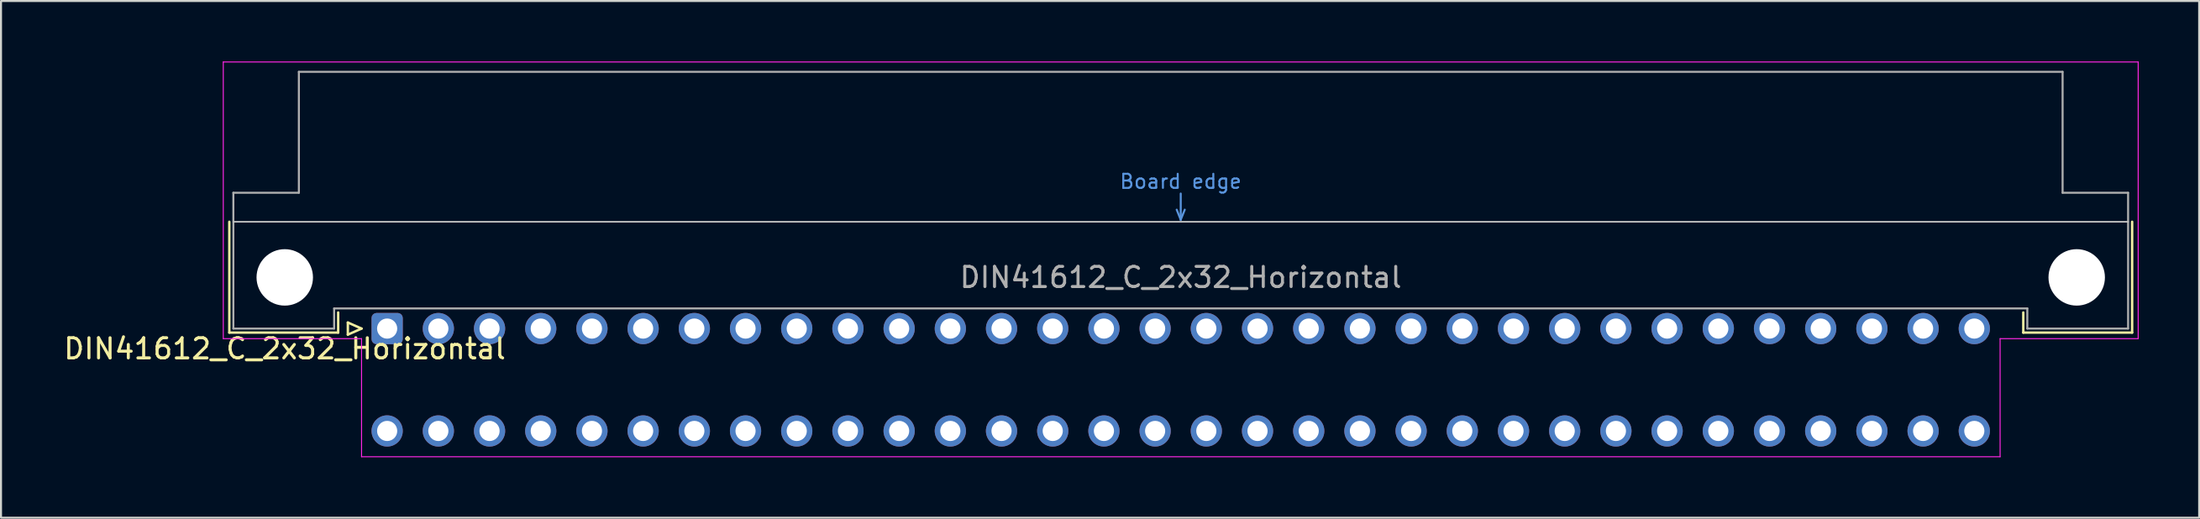
<source format=kicad_pcb>
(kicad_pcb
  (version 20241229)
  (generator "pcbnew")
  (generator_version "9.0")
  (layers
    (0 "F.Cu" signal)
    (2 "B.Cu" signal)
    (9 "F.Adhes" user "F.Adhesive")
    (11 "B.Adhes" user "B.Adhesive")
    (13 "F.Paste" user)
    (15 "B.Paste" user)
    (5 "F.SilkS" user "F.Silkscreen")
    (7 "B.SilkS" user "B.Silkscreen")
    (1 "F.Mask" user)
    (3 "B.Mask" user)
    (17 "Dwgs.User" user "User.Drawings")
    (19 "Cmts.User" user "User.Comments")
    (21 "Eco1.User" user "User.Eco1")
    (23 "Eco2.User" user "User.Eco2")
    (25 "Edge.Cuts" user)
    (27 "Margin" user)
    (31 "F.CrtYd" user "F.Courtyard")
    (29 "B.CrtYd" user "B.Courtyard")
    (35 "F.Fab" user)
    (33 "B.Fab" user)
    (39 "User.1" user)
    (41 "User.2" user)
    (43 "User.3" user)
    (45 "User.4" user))
  (footprint "DIN41612_C_2x32_Horizontal"
    (layer "F.Cu")
    (at 16.157 13.255)
    (property "Reference" "DIN41612_C_2x32_Horizontal" (at -5.08 1 0) (layer "F.SilkS") (effects (font (size 1 1) (thickness 0.15))))
    (attr through_hole)
    (fp_line (start -7.83 -5.3) (end -7.83 0.2) (stroke (width 0.12) (type solid)) (layer "F.SilkS"))
    (fp_line (start -7.83 0.2) (end -2.43 0.2) (stroke (width 0.12) (type solid)) (layer "F.SilkS"))
    (fp_line (start -2.43 0.2) (end -2.43 -0.8) (stroke (width 0.12) (type solid)) (layer "F.SilkS"))
    (fp_line (start -1.95 -0.3) (end -1.95 0.3) (stroke (width 0.12) (type solid)) (layer "F.SilkS"))
    (fp_line (start -1.95 0.3) (end -1.27 0) (stroke (width 0.12) (type solid)) (layer "F.SilkS"))
    (fp_line (start -1.27 0) (end -1.95 -0.3) (stroke (width 0.12) (type solid)) (layer "F.SilkS"))
    (fp_line (start 81.17 0.2) (end 81.17 -0.8) (stroke (width 0.12) (type solid)) (layer "F.SilkS"))
    (fp_line (start 86.57 -5.3) (end 86.57 0.2) (stroke (width 0.12) (type solid)) (layer "F.SilkS"))
    (fp_line (start 86.57 0.2) (end 81.17 0.2) (stroke (width 0.12) (type solid)) (layer "F.SilkS"))
    (fp_line (start -7.63 -5.3) (end 86.37 -5.3) (stroke (width 0.08) (type solid)) (layer "Dwgs.User"))
    (fp_line (start 39.17 -5.9) (end 39.37 -5.4) (stroke (width 0.1) (type solid)) (layer "Cmts.User"))
    (fp_line (start 39.37 -5.4) (end 39.37 -6.7) (stroke (width 0.1) (type solid)) (layer "Cmts.User"))
    (fp_line (start 39.37 -5.4) (end 39.57 -5.9) (stroke (width 0.1) (type solid)) (layer "Cmts.User"))
    (fp_line (start -8.13 -13.23) (end -8.13 0.5) (stroke (width 0.05) (type solid)) (layer "F.CrtYd"))
    (fp_line (start -8.13 0.5) (end -1.27 0.5) (stroke (width 0.05) (type solid)) (layer "F.CrtYd"))
    (fp_line (start -1.27 0.5) (end -1.27 6.36) (stroke (width 0.05) (type solid)) (layer "F.CrtYd"))
    (fp_line (start -1.27 6.36) (end 80.02 6.36) (stroke (width 0.05) (type solid)) (layer "F.CrtYd"))
    (fp_line (start 80.02 0.5) (end 86.87 0.5) (stroke (width 0.05) (type solid)) (layer "F.CrtYd"))
    (fp_line (start 80.02 6.36) (end 80.02 0.5) (stroke (width 0.05) (type solid)) (layer "F.CrtYd"))
    (fp_line (start 86.87 -13.23) (end -8.13 -13.23) (stroke (width 0.05) (type solid)) (layer "F.CrtYd"))
    (fp_line (start 86.87 0.5) (end 86.87 -13.23) (stroke (width 0.05) (type solid)) (layer "F.CrtYd"))
    (fp_line (start -7.63 -6.74) (end -7.63 0) (stroke (width 0.1) (type solid)) (layer "F.Fab"))
    (fp_line (start -7.63 0) (end -2.63 0) (stroke (width 0.1) (type solid)) (layer "F.Fab"))
    (fp_line (start -4.38 -12.74) (end -4.38 -6.74) (stroke (width 0.1) (type solid)) (layer "F.Fab"))
    (fp_line (start -4.38 -6.74) (end -7.63 -6.74) (stroke (width 0.1) (type solid)) (layer "F.Fab"))
    (fp_line (start -2.63 -1) (end 81.37 -1) (stroke (width 0.1) (type solid)) (layer "F.Fab"))
    (fp_line (start -2.63 0) (end -2.63 -1) (stroke (width 0.1) (type solid)) (layer "F.Fab"))
    (fp_line (start 81.37 -1) (end 81.37 0) (stroke (width 0.1) (type solid)) (layer "F.Fab"))
    (fp_line (start 81.37 0) (end 86.37 0) (stroke (width 0.1) (type solid)) (layer "F.Fab"))
    (fp_line (start 83.12 -12.74) (end -4.38 -12.74) (stroke (width 0.1) (type solid)) (layer "F.Fab"))
    (fp_line (start 83.12 -6.74) (end 83.12 -12.74) (stroke (width 0.1) (type solid)) (layer "F.Fab"))
    (fp_line (start 86.37 -6.74) (end 83.12 -6.74) (stroke (width 0.1) (type solid)) (layer "F.Fab"))
    (fp_line (start 86.37 0) (end 86.37 -6.74) (stroke (width 0.1) (type solid)) (layer "F.Fab"))
    (fp_text user "Board edge" (at 39.37 -7.3 0) (layer "Cmts.User") (effects (font (size 0.7 0.7) (thickness 0.1))))
    (fp_text user "${REFERENCE}" (at 39.37 -2.54 0) (layer "F.Fab") (effects (font (size 1 1) (thickness 0.15))))
    (pad "" np_thru_hole circle (at -5.08 -2.54) (size 2.8 2.8) (drill 2.8) (layers "*.Cu" "*.Mask"))
    (pad "" np_thru_hole circle (at 83.82 -2.54) (size 2.8 2.8) (drill 2.8) (layers "*.Cu" "*.Mask"))
    (pad "a1" thru_hole roundrect (at 0 0) (size 1.55 1.55) (drill 1) (layers "*.Cu" "*.Mask") (roundrect_rratio 0.161))
    (pad "a2" thru_hole circle (at 2.54 0) (size 1.55 1.55) (drill 1) (layers "*.Cu" "*.Mask"))
    (pad "a3" thru_hole circle (at 5.08 0) (size 1.55 1.55) (drill 1) (layers "*.Cu" "*.Mask"))
    (pad "a4" thru_hole circle (at 7.62 0) (size 1.55 1.55) (drill 1) (layers "*.Cu" "*.Mask"))
    (pad "a5" thru_hole circle (at 10.16 0) (size 1.55 1.55) (drill 1) (layers "*.Cu" "*.Mask"))
    (pad "a6" thru_hole circle (at 12.7 0) (size 1.55 1.55) (drill 1) (layers "*.Cu" "*.Mask"))
    (pad "a7" thru_hole circle (at 15.24 0) (size 1.55 1.55) (drill 1) (layers "*.Cu" "*.Mask"))
    (pad "a8" thru_hole circle (at 17.78 0) (size 1.55 1.55) (drill 1) (layers "*.Cu" "*.Mask"))
    (pad "a9" thru_hole circle (at 20.32 0) (size 1.55 1.55) (drill 1) (layers "*.Cu" "*.Mask"))
    (pad "a10" thru_hole circle (at 22.86 0) (size 1.55 1.55) (drill 1) (layers "*.Cu" "*.Mask"))
    (pad "a11" thru_hole circle (at 25.4 0) (size 1.55 1.55) (drill 1) (layers "*.Cu" "*.Mask"))
    (pad "a12" thru_hole circle (at 27.94 0) (size 1.55 1.55) (drill 1) (layers "*.Cu" "*.Mask"))
    (pad "a13" thru_hole circle (at 30.48 0) (size 1.55 1.55) (drill 1) (layers "*.Cu" "*.Mask"))
    (pad "a14" thru_hole circle (at 33.02 0) (size 1.55 1.55) (drill 1) (layers "*.Cu" "*.Mask"))
    (pad "a15" thru_hole circle (at 35.56 0) (size 1.55 1.55) (drill 1) (layers "*.Cu" "*.Mask"))
    (pad "a16" thru_hole circle (at 38.1 0) (size 1.55 1.55) (drill 1) (layers "*.Cu" "*.Mask"))
    (pad "a17" thru_hole circle (at 40.64 0) (size 1.55 1.55) (drill 1) (layers "*.Cu" "*.Mask"))
    (pad "a18" thru_hole circle (at 43.18 0) (size 1.55 1.55) (drill 1) (layers "*.Cu" "*.Mask"))
    (pad "a19" thru_hole circle (at 45.72 0) (size 1.55 1.55) (drill 1) (layers "*.Cu" "*.Mask"))
    (pad "a20" thru_hole circle (at 48.26 0) (size 1.55 1.55) (drill 1) (layers "*.Cu" "*.Mask"))
    (pad "a21" thru_hole circle (at 50.8 0) (size 1.55 1.55) (drill 1) (layers "*.Cu" "*.Mask"))
    (pad "a22" thru_hole circle (at 53.34 0) (size 1.55 1.55) (drill 1) (layers "*.Cu" "*.Mask"))
    (pad "a23" thru_hole circle (at 55.88 0) (size 1.55 1.55) (drill 1) (layers "*.Cu" "*.Mask"))
    (pad "a24" thru_hole circle (at 58.42 0) (size 1.55 1.55) (drill 1) (layers "*.Cu" "*.Mask"))
    (pad "a25" thru_hole circle (at 60.96 0) (size 1.55 1.55) (drill 1) (layers "*.Cu" "*.Mask"))
    (pad "a26" thru_hole circle (at 63.5 0) (size 1.55 1.55) (drill 1) (layers "*.Cu" "*.Mask"))
    (pad "a27" thru_hole circle (at 66.04 0) (size 1.55 1.55) (drill 1) (layers "*.Cu" "*.Mask"))
    (pad "a28" thru_hole circle (at 68.58 0) (size 1.55 1.55) (drill 1) (layers "*.Cu" "*.Mask"))
    (pad "a29" thru_hole circle (at 71.12 0) (size 1.55 1.55) (drill 1) (layers "*.Cu" "*.Mask"))
    (pad "a30" thru_hole circle (at 73.66 0) (size 1.55 1.55) (drill 1) (layers "*.Cu" "*.Mask"))
    (pad "a31" thru_hole circle (at 76.2 0) (size 1.55 1.55) (drill 1) (layers "*.Cu" "*.Mask"))
    (pad "a32" thru_hole circle (at 78.74 0) (size 1.55 1.55) (drill 1) (layers "*.Cu" "*.Mask"))
    (pad "c1" thru_hole circle (at 0 5.08) (size 1.55 1.55) (drill 1) (layers "*.Cu" "*.Mask"))
    (pad "c2" thru_hole circle (at 2.54 5.08) (size 1.55 1.55) (drill 1) (layers "*.Cu" "*.Mask"))
    (pad "c3" thru_hole circle (at 5.08 5.08) (size 1.55 1.55) (drill 1) (layers "*.Cu" "*.Mask"))
    (pad "c4" thru_hole circle (at 7.62 5.08) (size 1.55 1.55) (drill 1) (layers "*.Cu" "*.Mask"))
    (pad "c5" thru_hole circle (at 10.16 5.08) (size 1.55 1.55) (drill 1) (layers "*.Cu" "*.Mask"))
    (pad "c6" thru_hole circle (at 12.7 5.08) (size 1.55 1.55) (drill 1) (layers "*.Cu" "*.Mask"))
    (pad "c7" thru_hole circle (at 15.24 5.08) (size 1.55 1.55) (drill 1) (layers "*.Cu" "*.Mask"))
    (pad "c8" thru_hole circle (at 17.78 5.08) (size 1.55 1.55) (drill 1) (layers "*.Cu" "*.Mask"))
    (pad "c9" thru_hole circle (at 20.32 5.08) (size 1.55 1.55) (drill 1) (layers "*.Cu" "*.Mask"))
    (pad "c10" thru_hole circle (at 22.86 5.08) (size 1.55 1.55) (drill 1) (layers "*.Cu" "*.Mask"))
    (pad "c11" thru_hole circle (at 25.4 5.08) (size 1.55 1.55) (drill 1) (layers "*.Cu" "*.Mask"))
    (pad "c12" thru_hole circle (at 27.94 5.08) (size 1.55 1.55) (drill 1) (layers "*.Cu" "*.Mask"))
    (pad "c13" thru_hole circle (at 30.48 5.08) (size 1.55 1.55) (drill 1) (layers "*.Cu" "*.Mask"))
    (pad "c14" thru_hole circle (at 33.02 5.08) (size 1.55 1.55) (drill 1) (layers "*.Cu" "*.Mask"))
    (pad "c15" thru_hole circle (at 35.56 5.08) (size 1.55 1.55) (drill 1) (layers "*.Cu" "*.Mask"))
    (pad "c16" thru_hole circle (at 38.1 5.08) (size 1.55 1.55) (drill 1) (layers "*.Cu" "*.Mask"))
    (pad "c17" thru_hole circle (at 40.64 5.08) (size 1.55 1.55) (drill 1) (layers "*.Cu" "*.Mask"))
    (pad "c18" thru_hole circle (at 43.18 5.08) (size 1.55 1.55) (drill 1) (layers "*.Cu" "*.Mask"))
    (pad "c19" thru_hole circle (at 45.72 5.08) (size 1.55 1.55) (drill 1) (layers "*.Cu" "*.Mask"))
    (pad "c20" thru_hole circle (at 48.26 5.08) (size 1.55 1.55) (drill 1) (layers "*.Cu" "*.Mask"))
    (pad "c21" thru_hole circle (at 50.8 5.08) (size 1.55 1.55) (drill 1) (layers "*.Cu" "*.Mask"))
    (pad "c22" thru_hole circle (at 53.34 5.08) (size 1.55 1.55) (drill 1) (layers "*.Cu" "*.Mask"))
    (pad "c23" thru_hole circle (at 55.88 5.08) (size 1.55 1.55) (drill 1) (layers "*.Cu" "*.Mask"))
    (pad "c24" thru_hole circle (at 58.42 5.08) (size 1.55 1.55) (drill 1) (layers "*.Cu" "*.Mask"))
    (pad "c25" thru_hole circle (at 60.96 5.08) (size 1.55 1.55) (drill 1) (layers "*.Cu" "*.Mask"))
    (pad "c26" thru_hole circle (at 63.5 5.08) (size 1.55 1.55) (drill 1) (layers "*.Cu" "*.Mask"))
    (pad "c27" thru_hole circle (at 66.04 5.08) (size 1.55 1.55) (drill 1) (layers "*.Cu" "*.Mask"))
    (pad "c28" thru_hole circle (at 68.58 5.08) (size 1.55 1.55) (drill 1) (layers "*.Cu" "*.Mask"))
    (pad "c29" thru_hole circle (at 71.12 5.08) (size 1.55 1.55) (drill 1) (layers "*.Cu" "*.Mask"))
    (pad "c30" thru_hole circle (at 73.66 5.08) (size 1.55 1.55) (drill 1) (layers "*.Cu" "*.Mask"))
    (pad "c31" thru_hole circle (at 76.2 5.08) (size 1.55 1.55) (drill 1) (layers "*.Cu" "*.Mask"))
    (pad "c32" thru_hole circle (at 78.74 5.08) (size 1.55 1.55) (drill 1) (layers "*.Cu" "*.Mask")))
  (gr_rect
    (start -3 -3)
    (end 106.052 22.64)
    (stroke (width 0.1) (type default))
    (fill no)
    (layer "Edge.Cuts")))
</source>
